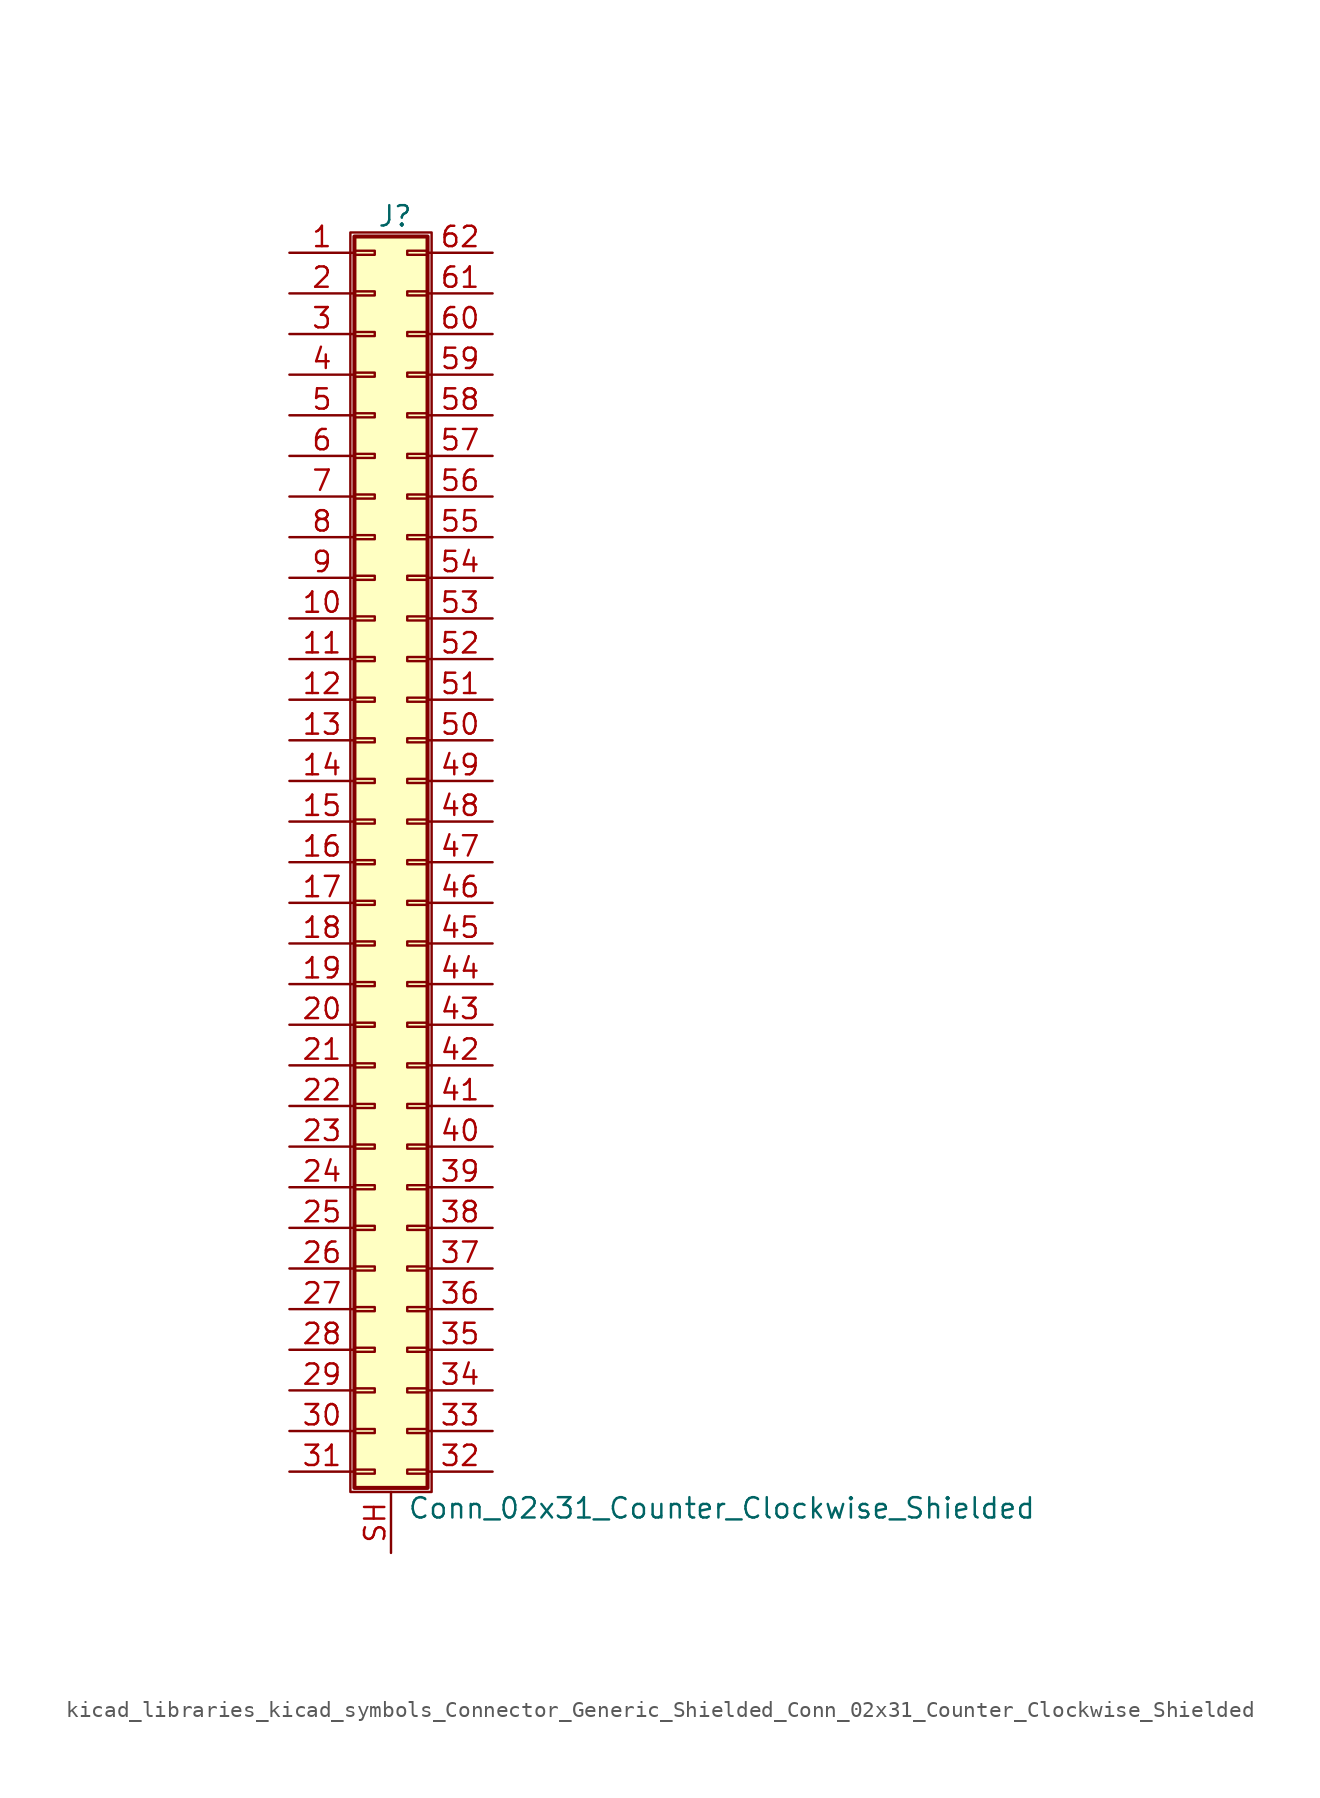
<source format=kicad_sym>
(kicad_symbol_lib
  (version 20220914)
  (generator kicad_symbol_editor)
  (symbol "kicad_libraries_kicad_symbols_Connector_Generic_Shielded_Conn_02x31_Counter_Clockwise_Shielded"
    (pin_names
      (offset 1.016) hide)
    (property "Reference" "J"
      (at 1.524 40.386 0)
      (effects (font (size 1.27 1.27))))
    (property "Value" "Conn_02x31_Counter_Clockwise_Shielded"
      (at 2.286 -40.386 0)
      (effects (font (size 1.27 1.27)) (justify left)))
    (symbol "kicad_libraries_kicad_symbols_Connector_Generic_Shielded_Conn_02x31_Counter_Clockwise_Shielded_1_1"
      (rectangle (start -1.27 39.37) (end 3.81 -39.37) (stroke (width 0.152) (type default)) (fill (type none)))
      (rectangle (start -1.016 -37.973) (end 0.254 -38.227) (stroke (width 0.152) (type default)) (fill (type none)))
      (rectangle (start -1.016 -35.433) (end 0.254 -35.687) (stroke (width 0.152) (type default)) (fill (type none)))
      (rectangle (start -1.016 -32.893) (end 0.254 -33.147) (stroke (width 0.152) (type default)) (fill (type none)))
      (rectangle (start -1.016 -30.353) (end 0.254 -30.607) (stroke (width 0.152) (type default)) (fill (type none)))
      (rectangle (start -1.016 -27.813) (end 0.254 -28.067) (stroke (width 0.152) (type default)) (fill (type none)))
      (rectangle (start -1.016 -25.273) (end 0.254 -25.527) (stroke (width 0.152) (type default)) (fill (type none)))
      (rectangle (start -1.016 -22.733) (end 0.254 -22.987) (stroke (width 0.152) (type default)) (fill (type none)))
      (rectangle (start -1.016 -20.193) (end 0.254 -20.447) (stroke (width 0.152) (type default)) (fill (type none)))
      (rectangle (start -1.016 -17.653) (end 0.254 -17.907) (stroke (width 0.152) (type default)) (fill (type none)))
      (rectangle (start -1.016 -15.113) (end 0.254 -15.367) (stroke (width 0.152) (type default)) (fill (type none)))
      (rectangle (start -1.016 -12.573) (end 0.254 -12.827) (stroke (width 0.152) (type default)) (fill (type none)))
      (rectangle (start -1.016 -10.033) (end 0.254 -10.287) (stroke (width 0.152) (type default)) (fill (type none)))
      (rectangle (start -1.016 -7.493) (end 0.254 -7.747) (stroke (width 0.152) (type default)) (fill (type none)))
      (rectangle (start -1.016 -4.953) (end 0.254 -5.207) (stroke (width 0.152) (type default)) (fill (type none)))
      (rectangle (start -1.016 -2.413) (end 0.254 -2.667) (stroke (width 0.152) (type default)) (fill (type none)))
      (rectangle (start -1.016 0.127) (end 0.254 -0.127) (stroke (width 0.152) (type default)) (fill (type none)))
      (rectangle (start -1.016 2.667) (end 0.254 2.413) (stroke (width 0.152) (type default)) (fill (type none)))
      (rectangle (start -1.016 5.207) (end 0.254 4.953) (stroke (width 0.152) (type default)) (fill (type none)))
      (rectangle (start -1.016 7.747) (end 0.254 7.493) (stroke (width 0.152) (type default)) (fill (type none)))
      (rectangle (start -1.016 10.287) (end 0.254 10.033) (stroke (width 0.152) (type default)) (fill (type none)))
      (rectangle (start -1.016 12.827) (end 0.254 12.573) (stroke (width 0.152) (type default)) (fill (type none)))
      (rectangle (start -1.016 15.367) (end 0.254 15.113) (stroke (width 0.152) (type default)) (fill (type none)))
      (rectangle (start -1.016 17.907) (end 0.254 17.653) (stroke (width 0.152) (type default)) (fill (type none)))
      (rectangle (start -1.016 20.447) (end 0.254 20.193) (stroke (width 0.152) (type default)) (fill (type none)))
      (rectangle (start -1.016 22.987) (end 0.254 22.733) (stroke (width 0.152) (type default)) (fill (type none)))
      (rectangle (start -1.016 25.527) (end 0.254 25.273) (stroke (width 0.152) (type default)) (fill (type none)))
      (rectangle (start -1.016 28.067) (end 0.254 27.813) (stroke (width 0.152) (type default)) (fill (type none)))
      (rectangle (start -1.016 30.607) (end 0.254 30.353) (stroke (width 0.152) (type default)) (fill (type none)))
      (rectangle (start -1.016 33.147) (end 0.254 32.893) (stroke (width 0.152) (type default)) (fill (type none)))
      (rectangle (start -1.016 35.687) (end 0.254 35.433) (stroke (width 0.152) (type default)) (fill (type none)))
      (rectangle (start -1.016 38.227) (end 0.254 37.973) (stroke (width 0.152) (type default)) (fill (type none)))
      (rectangle (start -1.016 39.116) (end 3.556 -39.116) (stroke (width 0.254) (type default)) (fill (type background)))
      (rectangle (start 3.556 -37.973) (end 2.286 -38.227) (stroke (width 0.152) (type default)) (fill (type none)))
      (rectangle (start 3.556 -35.433) (end 2.286 -35.687) (stroke (width 0.152) (type default)) (fill (type none)))
      (rectangle (start 3.556 -32.893) (end 2.286 -33.147) (stroke (width 0.152) (type default)) (fill (type none)))
      (rectangle (start 3.556 -30.353) (end 2.286 -30.607) (stroke (width 0.152) (type default)) (fill (type none)))
      (rectangle (start 3.556 -27.813) (end 2.286 -28.067) (stroke (width 0.152) (type default)) (fill (type none)))
      (rectangle (start 3.556 -25.273) (end 2.286 -25.527) (stroke (width 0.152) (type default)) (fill (type none)))
      (rectangle (start 3.556 -22.733) (end 2.286 -22.987) (stroke (width 0.152) (type default)) (fill (type none)))
      (rectangle (start 3.556 -20.193) (end 2.286 -20.447) (stroke (width 0.152) (type default)) (fill (type none)))
      (rectangle (start 3.556 -17.653) (end 2.286 -17.907) (stroke (width 0.152) (type default)) (fill (type none)))
      (rectangle (start 3.556 -15.113) (end 2.286 -15.367) (stroke (width 0.152) (type default)) (fill (type none)))
      (rectangle (start 3.556 -12.573) (end 2.286 -12.827) (stroke (width 0.152) (type default)) (fill (type none)))
      (rectangle (start 3.556 -10.033) (end 2.286 -10.287) (stroke (width 0.152) (type default)) (fill (type none)))
      (rectangle (start 3.556 -7.493) (end 2.286 -7.747) (stroke (width 0.152) (type default)) (fill (type none)))
      (rectangle (start 3.556 -4.953) (end 2.286 -5.207) (stroke (width 0.152) (type default)) (fill (type none)))
      (rectangle (start 3.556 -2.413) (end 2.286 -2.667) (stroke (width 0.152) (type default)) (fill (type none)))
      (rectangle (start 3.556 0.127) (end 2.286 -0.127) (stroke (width 0.152) (type default)) (fill (type none)))
      (rectangle (start 3.556 2.667) (end 2.286 2.413) (stroke (width 0.152) (type default)) (fill (type none)))
      (rectangle (start 3.556 5.207) (end 2.286 4.953) (stroke (width 0.152) (type default)) (fill (type none)))
      (rectangle (start 3.556 7.747) (end 2.286 7.493) (stroke (width 0.152) (type default)) (fill (type none)))
      (rectangle (start 3.556 10.287) (end 2.286 10.033) (stroke (width 0.152) (type default)) (fill (type none)))
      (rectangle (start 3.556 12.827) (end 2.286 12.573) (stroke (width 0.152) (type default)) (fill (type none)))
      (rectangle (start 3.556 15.367) (end 2.286 15.113) (stroke (width 0.152) (type default)) (fill (type none)))
      (rectangle (start 3.556 17.907) (end 2.286 17.653) (stroke (width 0.152) (type default)) (fill (type none)))
      (rectangle (start 3.556 20.447) (end 2.286 20.193) (stroke (width 0.152) (type default)) (fill (type none)))
      (rectangle (start 3.556 22.987) (end 2.286 22.733) (stroke (width 0.152) (type default)) (fill (type none)))
      (rectangle (start 3.556 25.527) (end 2.286 25.273) (stroke (width 0.152) (type default)) (fill (type none)))
      (rectangle (start 3.556 28.067) (end 2.286 27.813) (stroke (width 0.152) (type default)) (fill (type none)))
      (rectangle (start 3.556 30.607) (end 2.286 30.353) (stroke (width 0.152) (type default)) (fill (type none)))
      (rectangle (start 3.556 33.147) (end 2.286 32.893) (stroke (width 0.152) (type default)) (fill (type none)))
      (rectangle (start 3.556 35.687) (end 2.286 35.433) (stroke (width 0.152) (type default)) (fill (type none)))
      (rectangle (start 3.556 38.227) (end 2.286 37.973) (stroke (width 0.152) (type default)) (fill (type none)))
      (pin passive line (at -5.08 38.1 0) (length 4.064) (name "Pin_1" (effects (font (size 1.27 1.27)))) (number "1" (effects (font (size 1.27 1.27)))))
      (pin passive line (at -5.08 15.24 0) (length 4.064) (name "Pin_10" (effects (font (size 1.27 1.27)))) (number "10" (effects (font (size 1.27 1.27)))))
      (pin passive line (at -5.08 12.7 0) (length 4.064) (name "Pin_11" (effects (font (size 1.27 1.27)))) (number "11" (effects (font (size 1.27 1.27)))))
      (pin passive line (at -5.08 10.16 0) (length 4.064) (name "Pin_12" (effects (font (size 1.27 1.27)))) (number "12" (effects (font (size 1.27 1.27)))))
      (pin passive line (at -5.08 7.62 0) (length 4.064) (name "Pin_13" (effects (font (size 1.27 1.27)))) (number "13" (effects (font (size 1.27 1.27)))))
      (pin passive line (at -5.08 5.08 0) (length 4.064) (name "Pin_14" (effects (font (size 1.27 1.27)))) (number "14" (effects (font (size 1.27 1.27)))))
      (pin passive line (at -5.08 2.54 0) (length 4.064) (name "Pin_15" (effects (font (size 1.27 1.27)))) (number "15" (effects (font (size 1.27 1.27)))))
      (pin passive line (at -5.08 0 0) (length 4.064) (name "Pin_16" (effects (font (size 1.27 1.27)))) (number "16" (effects (font (size 1.27 1.27)))))
      (pin passive line (at -5.08 -2.54 0) (length 4.064) (name "Pin_17" (effects (font (size 1.27 1.27)))) (number "17" (effects (font (size 1.27 1.27)))))
      (pin passive line (at -5.08 -5.08 0) (length 4.064) (name "Pin_18" (effects (font (size 1.27 1.27)))) (number "18" (effects (font (size 1.27 1.27)))))
      (pin passive line (at -5.08 -7.62 0) (length 4.064) (name "Pin_19" (effects (font (size 1.27 1.27)))) (number "19" (effects (font (size 1.27 1.27)))))
      (pin passive line (at -5.08 35.56 0) (length 4.064) (name "Pin_2" (effects (font (size 1.27 1.27)))) (number "2" (effects (font (size 1.27 1.27)))))
      (pin passive line (at -5.08 -10.16 0) (length 4.064) (name "Pin_20" (effects (font (size 1.27 1.27)))) (number "20" (effects (font (size 1.27 1.27)))))
      (pin passive line (at -5.08 -12.7 0) (length 4.064) (name "Pin_21" (effects (font (size 1.27 1.27)))) (number "21" (effects (font (size 1.27 1.27)))))
      (pin passive line (at -5.08 -15.24 0) (length 4.064) (name "Pin_22" (effects (font (size 1.27 1.27)))) (number "22" (effects (font (size 1.27 1.27)))))
      (pin passive line (at -5.08 -17.78 0) (length 4.064) (name "Pin_23" (effects (font (size 1.27 1.27)))) (number "23" (effects (font (size 1.27 1.27)))))
      (pin passive line (at -5.08 -20.32 0) (length 4.064) (name "Pin_24" (effects (font (size 1.27 1.27)))) (number "24" (effects (font (size 1.27 1.27)))))
      (pin passive line (at -5.08 -22.86 0) (length 4.064) (name "Pin_25" (effects (font (size 1.27 1.27)))) (number "25" (effects (font (size 1.27 1.27)))))
      (pin passive line (at -5.08 -25.4 0) (length 4.064) (name "Pin_26" (effects (font (size 1.27 1.27)))) (number "26" (effects (font (size 1.27 1.27)))))
      (pin passive line (at -5.08 -27.94 0) (length 4.064) (name "Pin_27" (effects (font (size 1.27 1.27)))) (number "27" (effects (font (size 1.27 1.27)))))
      (pin passive line (at -5.08 -30.48 0) (length 4.064) (name "Pin_28" (effects (font (size 1.27 1.27)))) (number "28" (effects (font (size 1.27 1.27)))))
      (pin passive line (at -5.08 -33.02 0) (length 4.064) (name "Pin_29" (effects (font (size 1.27 1.27)))) (number "29" (effects (font (size 1.27 1.27)))))
      (pin passive line (at -5.08 33.02 0) (length 4.064) (name "Pin_3" (effects (font (size 1.27 1.27)))) (number "3" (effects (font (size 1.27 1.27)))))
      (pin passive line (at -5.08 -35.56 0) (length 4.064) (name "Pin_30" (effects (font (size 1.27 1.27)))) (number "30" (effects (font (size 1.27 1.27)))))
      (pin passive line (at -5.08 -38.1 0) (length 4.064) (name "Pin_31" (effects (font (size 1.27 1.27)))) (number "31" (effects (font (size 1.27 1.27)))))
      (pin passive line (at 7.62 -38.1 180) (length 4.064) (name "Pin_32" (effects (font (size 1.27 1.27)))) (number "32" (effects (font (size 1.27 1.27)))))
      (pin passive line (at 7.62 -35.56 180) (length 4.064) (name "Pin_33" (effects (font (size 1.27 1.27)))) (number "33" (effects (font (size 1.27 1.27)))))
      (pin passive line (at 7.62 -33.02 180) (length 4.064) (name "Pin_34" (effects (font (size 1.27 1.27)))) (number "34" (effects (font (size 1.27 1.27)))))
      (pin passive line (at 7.62 -30.48 180) (length 4.064) (name "Pin_35" (effects (font (size 1.27 1.27)))) (number "35" (effects (font (size 1.27 1.27)))))
      (pin passive line (at 7.62 -27.94 180) (length 4.064) (name "Pin_36" (effects (font (size 1.27 1.27)))) (number "36" (effects (font (size 1.27 1.27)))))
      (pin passive line (at 7.62 -25.4 180) (length 4.064) (name "Pin_37" (effects (font (size 1.27 1.27)))) (number "37" (effects (font (size 1.27 1.27)))))
      (pin passive line (at 7.62 -22.86 180) (length 4.064) (name "Pin_38" (effects (font (size 1.27 1.27)))) (number "38" (effects (font (size 1.27 1.27)))))
      (pin passive line (at 7.62 -20.32 180) (length 4.064) (name "Pin_39" (effects (font (size 1.27 1.27)))) (number "39" (effects (font (size 1.27 1.27)))))
      (pin passive line (at -5.08 30.48 0) (length 4.064) (name "Pin_4" (effects (font (size 1.27 1.27)))) (number "4" (effects (font (size 1.27 1.27)))))
      (pin passive line (at 7.62 -17.78 180) (length 4.064) (name "Pin_40" (effects (font (size 1.27 1.27)))) (number "40" (effects (font (size 1.27 1.27)))))
      (pin passive line (at 7.62 -15.24 180) (length 4.064) (name "Pin_41" (effects (font (size 1.27 1.27)))) (number "41" (effects (font (size 1.27 1.27)))))
      (pin passive line (at 7.62 -12.7 180) (length 4.064) (name "Pin_42" (effects (font (size 1.27 1.27)))) (number "42" (effects (font (size 1.27 1.27)))))
      (pin passive line (at 7.62 -10.16 180) (length 4.064) (name "Pin_43" (effects (font (size 1.27 1.27)))) (number "43" (effects (font (size 1.27 1.27)))))
      (pin passive line (at 7.62 -7.62 180) (length 4.064) (name "Pin_44" (effects (font (size 1.27 1.27)))) (number "44" (effects (font (size 1.27 1.27)))))
      (pin passive line (at 7.62 -5.08 180) (length 4.064) (name "Pin_45" (effects (font (size 1.27 1.27)))) (number "45" (effects (font (size 1.27 1.27)))))
      (pin passive line (at 7.62 -2.54 180) (length 4.064) (name "Pin_46" (effects (font (size 1.27 1.27)))) (number "46" (effects (font (size 1.27 1.27)))))
      (pin passive line (at 7.62 0 180) (length 4.064) (name "Pin_47" (effects (font (size 1.27 1.27)))) (number "47" (effects (font (size 1.27 1.27)))))
      (pin passive line (at 7.62 2.54 180) (length 4.064) (name "Pin_48" (effects (font (size 1.27 1.27)))) (number "48" (effects (font (size 1.27 1.27)))))
      (pin passive line (at 7.62 5.08 180) (length 4.064) (name "Pin_49" (effects (font (size 1.27 1.27)))) (number "49" (effects (font (size 1.27 1.27)))))
      (pin passive line (at -5.08 27.94 0) (length 4.064) (name "Pin_5" (effects (font (size 1.27 1.27)))) (number "5" (effects (font (size 1.27 1.27)))))
      (pin passive line (at 7.62 7.62 180) (length 4.064) (name "Pin_50" (effects (font (size 1.27 1.27)))) (number "50" (effects (font (size 1.27 1.27)))))
      (pin passive line (at 7.62 10.16 180) (length 4.064) (name "Pin_51" (effects (font (size 1.27 1.27)))) (number "51" (effects (font (size 1.27 1.27)))))
      (pin passive line (at 7.62 12.7 180) (length 4.064) (name "Pin_52" (effects (font (size 1.27 1.27)))) (number "52" (effects (font (size 1.27 1.27)))))
      (pin passive line (at 7.62 15.24 180) (length 4.064) (name "Pin_53" (effects (font (size 1.27 1.27)))) (number "53" (effects (font (size 1.27 1.27)))))
      (pin passive line (at 7.62 17.78 180) (length 4.064) (name "Pin_54" (effects (font (size 1.27 1.27)))) (number "54" (effects (font (size 1.27 1.27)))))
      (pin passive line (at 7.62 20.32 180) (length 4.064) (name "Pin_55" (effects (font (size 1.27 1.27)))) (number "55" (effects (font (size 1.27 1.27)))))
      (pin passive line (at 7.62 22.86 180) (length 4.064) (name "Pin_56" (effects (font (size 1.27 1.27)))) (number "56" (effects (font (size 1.27 1.27)))))
      (pin passive line (at 7.62 25.4 180) (length 4.064) (name "Pin_57" (effects (font (size 1.27 1.27)))) (number "57" (effects (font (size 1.27 1.27)))))
      (pin passive line (at 7.62 27.94 180) (length 4.064) (name "Pin_58" (effects (font (size 1.27 1.27)))) (number "58" (effects (font (size 1.27 1.27)))))
      (pin passive line (at 7.62 30.48 180) (length 4.064) (name "Pin_59" (effects (font (size 1.27 1.27)))) (number "59" (effects (font (size 1.27 1.27)))))
      (pin passive line (at -5.08 25.4 0) (length 4.064) (name "Pin_6" (effects (font (size 1.27 1.27)))) (number "6" (effects (font (size 1.27 1.27)))))
      (pin passive line (at 7.62 33.02 180) (length 4.064) (name "Pin_60" (effects (font (size 1.27 1.27)))) (number "60" (effects (font (size 1.27 1.27)))))
      (pin passive line (at 7.62 35.56 180) (length 4.064) (name "Pin_61" (effects (font (size 1.27 1.27)))) (number "61" (effects (font (size 1.27 1.27)))))
      (pin passive line (at 7.62 38.1 180) (length 4.064) (name "Pin_62" (effects (font (size 1.27 1.27)))) (number "62" (effects (font (size 1.27 1.27)))))
      (pin passive line (at -5.08 22.86 0) (length 4.064) (name "Pin_7" (effects (font (size 1.27 1.27)))) (number "7" (effects (font (size 1.27 1.27)))))
      (pin passive line (at -5.08 20.32 0) (length 4.064) (name "Pin_8" (effects (font (size 1.27 1.27)))) (number "8" (effects (font (size 1.27 1.27)))))
      (pin passive line (at -5.08 17.78 0) (length 4.064) (name "Pin_9" (effects (font (size 1.27 1.27)))) (number "9" (effects (font (size 1.27 1.27)))))
      (pin passive line (at 1.27 -43.18 90) (length 3.81) (name "Shield" (effects (font (size 1.27 1.27)))) (number "SH" (effects (font (size 1.27 1.27))))))))
</source>
